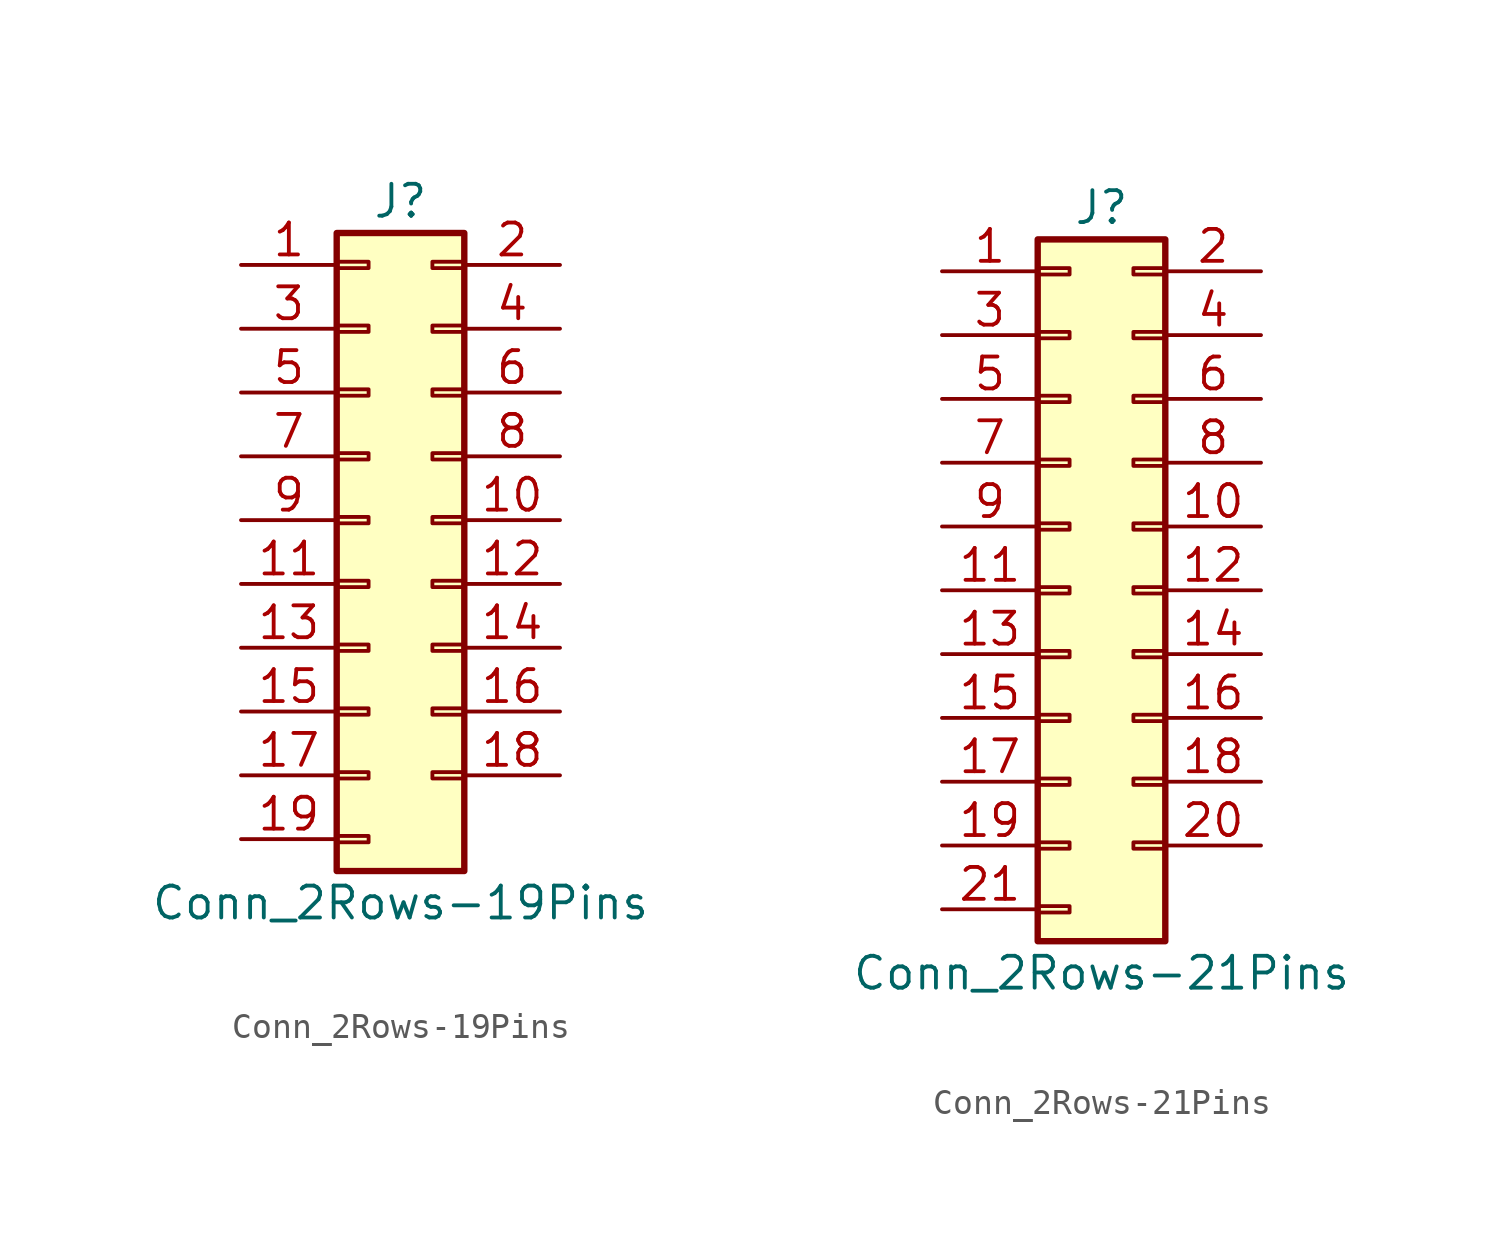
<source format=kicad_sym>
(kicad_symbol_lib
  (version 20200908)
  (generator kicad_symbol_editor)
  (symbol "Connector_Generic:Conn_2Rows-19Pins"
    (pin_names
      (offset 1.016) hide)
    (property "Reference" "J"
      (at 1.27 12.7 0)
      (effects (font (size 1.27 1.27))))
    (property "Value" "Conn_2Rows-19Pins"
      (at 1.27 -15.24 0)
      (effects (font (size 1.27 1.27))))
    (symbol "Conn_2Rows-19Pins_1_1"
      (rectangle (start -1.27 -4.953) (end 0 -5.207) (stroke (width 0.152)) (fill (type none)))
      (rectangle (start -1.27 -7.493) (end 0 -7.747) (stroke (width 0.152)) (fill (type none)))
      (rectangle (start -1.27 -10.033) (end 0 -10.287) (stroke (width 0.152)) (fill (type none)))
      (rectangle (start -1.27 -12.573) (end 0 -12.827) (stroke (width 0.152)) (fill (type none)))
      (rectangle (start -1.27 -2.413) (end 0 -2.667) (stroke (width 0.152)) (fill (type none)))
      (rectangle (start -1.27 2.667) (end 0 2.413) (stroke (width 0.152)) (fill (type none)))
      (rectangle (start -1.27 5.207) (end 0 4.953) (stroke (width 0.152)) (fill (type none)))
      (rectangle (start -1.27 7.747) (end 0 7.493) (stroke (width 0.152)) (fill (type none)))
      (rectangle (start -1.27 10.287) (end 0 10.033) (stroke (width 0.152)) (fill (type none)))
      (rectangle (start -1.27 11.43) (end 3.81 -13.97) (stroke (width 0.254)) (fill (type background)))
      (rectangle (start -1.27 0.127) (end 0 -0.127) (stroke (width 0.152)) (fill (type none)))
      (rectangle (start 3.81 -4.953) (end 2.54 -5.207) (stroke (width 0.152)) (fill (type none)))
      (rectangle (start 3.81 -7.493) (end 2.54 -7.747) (stroke (width 0.152)) (fill (type none)))
      (rectangle (start 3.81 -10.033) (end 2.54 -10.287) (stroke (width 0.152)) (fill (type none)))
      (rectangle (start 3.81 -2.413) (end 2.54 -2.667) (stroke (width 0.152)) (fill (type none)))
      (rectangle (start 3.81 2.667) (end 2.54 2.413) (stroke (width 0.152)) (fill (type none)))
      (rectangle (start 3.81 5.207) (end 2.54 4.953) (stroke (width 0.152)) (fill (type none)))
      (rectangle (start 3.81 7.747) (end 2.54 7.493) (stroke (width 0.152)) (fill (type none)))
      (rectangle (start 3.81 10.287) (end 2.54 10.033) (stroke (width 0.152)) (fill (type none)))
      (rectangle (start 3.81 0.127) (end 2.54 -0.127) (stroke (width 0.152)) (fill (type none)))
      (pin passive line (at -5.08 10.16 0) (length 3.81) (name "Pin_1" (effects (font (size 1.27 1.27)))) (number "1" (effects (font (size 1.27 1.27)))))
      (pin passive line (at 7.62 0 180) (length 3.81) (name "Pin_10" (effects (font (size 1.27 1.27)))) (number "10" (effects (font (size 1.27 1.27)))))
      (pin passive line (at -5.08 -2.54 0) (length 3.81) (name "Pin_11" (effects (font (size 1.27 1.27)))) (number "11" (effects (font (size 1.27 1.27)))))
      (pin passive line (at 7.62 -2.54 180) (length 3.81) (name "Pin_12" (effects (font (size 1.27 1.27)))) (number "12" (effects (font (size 1.27 1.27)))))
      (pin passive line (at -5.08 -5.08 0) (length 3.81) (name "Pin_13" (effects (font (size 1.27 1.27)))) (number "13" (effects (font (size 1.27 1.27)))))
      (pin passive line (at 7.62 -5.08 180) (length 3.81) (name "Pin_14" (effects (font (size 1.27 1.27)))) (number "14" (effects (font (size 1.27 1.27)))))
      (pin passive line (at -5.08 -7.62 0) (length 3.81) (name "Pin_15" (effects (font (size 1.27 1.27)))) (number "15" (effects (font (size 1.27 1.27)))))
      (pin passive line (at 7.62 -7.62 180) (length 3.81) (name "Pin_16" (effects (font (size 1.27 1.27)))) (number "16" (effects (font (size 1.27 1.27)))))
      (pin passive line (at -5.08 -10.16 0) (length 3.81) (name "Pin_17" (effects (font (size 1.27 1.27)))) (number "17" (effects (font (size 1.27 1.27)))))
      (pin passive line (at 7.62 -10.16 180) (length 3.81) (name "Pin_18" (effects (font (size 1.27 1.27)))) (number "18" (effects (font (size 1.27 1.27)))))
      (pin passive line (at -5.08 -12.7 0) (length 3.81) (name "Pin_19" (effects (font (size 1.27 1.27)))) (number "19" (effects (font (size 1.27 1.27)))))
      (pin passive line (at 7.62 10.16 180) (length 3.81) (name "Pin_2" (effects (font (size 1.27 1.27)))) (number "2" (effects (font (size 1.27 1.27)))))
      (pin passive line (at -5.08 7.62 0) (length 3.81) (name "Pin_3" (effects (font (size 1.27 1.27)))) (number "3" (effects (font (size 1.27 1.27)))))
      (pin passive line (at 7.62 7.62 180) (length 3.81) (name "Pin_4" (effects (font (size 1.27 1.27)))) (number "4" (effects (font (size 1.27 1.27)))))
      (pin passive line (at -5.08 5.08 0) (length 3.81) (name "Pin_5" (effects (font (size 1.27 1.27)))) (number "5" (effects (font (size 1.27 1.27)))))
      (pin passive line (at 7.62 5.08 180) (length 3.81) (name "Pin_6" (effects (font (size 1.27 1.27)))) (number "6" (effects (font (size 1.27 1.27)))))
      (pin passive line (at -5.08 2.54 0) (length 3.81) (name "Pin_7" (effects (font (size 1.27 1.27)))) (number "7" (effects (font (size 1.27 1.27)))))
      (pin passive line (at 7.62 2.54 180) (length 3.81) (name "Pin_8" (effects (font (size 1.27 1.27)))) (number "8" (effects (font (size 1.27 1.27)))))
      (pin passive line (at -5.08 0 0) (length 3.81) (name "Pin_9" (effects (font (size 1.27 1.27)))) (number "9" (effects (font (size 1.27 1.27)))))))
  (symbol "Connector_Generic:Conn_2Rows-21Pins"
    (pin_names
      (offset 1.016) hide)
    (property "Reference" "J"
      (at 1.27 15.24 0)
      (effects (font (size 1.27 1.27))))
    (property "Value" "Conn_2Rows-21Pins"
      (at 1.27 -15.24 0)
      (effects (font (size 1.27 1.27))))
    (symbol "Conn_2Rows-21Pins_1_1"
      (rectangle (start -1.27 -4.953) (end 0 -5.207) (stroke (width 0.152)) (fill (type none)))
      (rectangle (start -1.27 -7.493) (end 0 -7.747) (stroke (width 0.152)) (fill (type none)))
      (rectangle (start -1.27 -10.033) (end 0 -10.287) (stroke (width 0.152)) (fill (type none)))
      (rectangle (start -1.27 -12.573) (end 0 -12.827) (stroke (width 0.152)) (fill (type none)))
      (rectangle (start -1.27 -2.413) (end 0 -2.667) (stroke (width 0.152)) (fill (type none)))
      (rectangle (start -1.27 2.667) (end 0 2.413) (stroke (width 0.152)) (fill (type none)))
      (rectangle (start -1.27 5.207) (end 0 4.953) (stroke (width 0.152)) (fill (type none)))
      (rectangle (start -1.27 7.747) (end 0 7.493) (stroke (width 0.152)) (fill (type none)))
      (rectangle (start -1.27 10.287) (end 0 10.033) (stroke (width 0.152)) (fill (type none)))
      (rectangle (start -1.27 0.127) (end 0 -0.127) (stroke (width 0.152)) (fill (type none)))
      (rectangle (start -1.27 12.827) (end 0 12.573) (stroke (width 0.152)) (fill (type none)))
      (rectangle (start -1.27 13.97) (end 3.81 -13.97) (stroke (width 0.254)) (fill (type background)))
      (rectangle (start 3.81 -4.953) (end 2.54 -5.207) (stroke (width 0.152)) (fill (type none)))
      (rectangle (start 3.81 -7.493) (end 2.54 -7.747) (stroke (width 0.152)) (fill (type none)))
      (rectangle (start 3.81 -10.033) (end 2.54 -10.287) (stroke (width 0.152)) (fill (type none)))
      (rectangle (start 3.81 -2.413) (end 2.54 -2.667) (stroke (width 0.152)) (fill (type none)))
      (rectangle (start 3.81 2.667) (end 2.54 2.413) (stroke (width 0.152)) (fill (type none)))
      (rectangle (start 3.81 5.207) (end 2.54 4.953) (stroke (width 0.152)) (fill (type none)))
      (rectangle (start 3.81 7.747) (end 2.54 7.493) (stroke (width 0.152)) (fill (type none)))
      (rectangle (start 3.81 10.287) (end 2.54 10.033) (stroke (width 0.152)) (fill (type none)))
      (rectangle (start 3.81 0.127) (end 2.54 -0.127) (stroke (width 0.152)) (fill (type none)))
      (rectangle (start 3.81 12.827) (end 2.54 12.573) (stroke (width 0.152)) (fill (type none)))
      (pin passive line (at -5.08 12.7 0) (length 3.81) (name "Pin_1" (effects (font (size 1.27 1.27)))) (number "1" (effects (font (size 1.27 1.27)))))
      (pin passive line (at 7.62 2.54 180) (length 3.81) (name "Pin_10" (effects (font (size 1.27 1.27)))) (number "10" (effects (font (size 1.27 1.27)))))
      (pin passive line (at -5.08 0 0) (length 3.81) (name "Pin_11" (effects (font (size 1.27 1.27)))) (number "11" (effects (font (size 1.27 1.27)))))
      (pin passive line (at 7.62 0 180) (length 3.81) (name "Pin_12" (effects (font (size 1.27 1.27)))) (number "12" (effects (font (size 1.27 1.27)))))
      (pin passive line (at -5.08 -2.54 0) (length 3.81) (name "Pin_13" (effects (font (size 1.27 1.27)))) (number "13" (effects (font (size 1.27 1.27)))))
      (pin passive line (at 7.62 -2.54 180) (length 3.81) (name "Pin_14" (effects (font (size 1.27 1.27)))) (number "14" (effects (font (size 1.27 1.27)))))
      (pin passive line (at -5.08 -5.08 0) (length 3.81) (name "Pin_15" (effects (font (size 1.27 1.27)))) (number "15" (effects (font (size 1.27 1.27)))))
      (pin passive line (at 7.62 -5.08 180) (length 3.81) (name "Pin_16" (effects (font (size 1.27 1.27)))) (number "16" (effects (font (size 1.27 1.27)))))
      (pin passive line (at -5.08 -7.62 0) (length 3.81) (name "Pin_17" (effects (font (size 1.27 1.27)))) (number "17" (effects (font (size 1.27 1.27)))))
      (pin passive line (at 7.62 -7.62 180) (length 3.81) (name "Pin_18" (effects (font (size 1.27 1.27)))) (number "18" (effects (font (size 1.27 1.27)))))
      (pin passive line (at -5.08 -10.16 0) (length 3.81) (name "Pin_19" (effects (font (size 1.27 1.27)))) (number "19" (effects (font (size 1.27 1.27)))))
      (pin passive line (at 7.62 12.7 180) (length 3.81) (name "Pin_2" (effects (font (size 1.27 1.27)))) (number "2" (effects (font (size 1.27 1.27)))))
      (pin passive line (at 7.62 -10.16 180) (length 3.81) (name "Pin_20" (effects (font (size 1.27 1.27)))) (number "20" (effects (font (size 1.27 1.27)))))
      (pin passive line (at -5.08 -12.7 0) (length 3.81) (name "Pin_21" (effects (font (size 1.27 1.27)))) (number "21" (effects (font (size 1.27 1.27)))))
      (pin passive line (at -5.08 10.16 0) (length 3.81) (name "Pin_3" (effects (font (size 1.27 1.27)))) (number "3" (effects (font (size 1.27 1.27)))))
      (pin passive line (at 7.62 10.16 180) (length 3.81) (name "Pin_4" (effects (font (size 1.27 1.27)))) (number "4" (effects (font (size 1.27 1.27)))))
      (pin passive line (at -5.08 7.62 0) (length 3.81) (name "Pin_5" (effects (font (size 1.27 1.27)))) (number "5" (effects (font (size 1.27 1.27)))))
      (pin passive line (at 7.62 7.62 180) (length 3.81) (name "Pin_6" (effects (font (size 1.27 1.27)))) (number "6" (effects (font (size 1.27 1.27)))))
      (pin passive line (at -5.08 5.08 0) (length 3.81) (name "Pin_7" (effects (font (size 1.27 1.27)))) (number "7" (effects (font (size 1.27 1.27)))))
      (pin passive line (at 7.62 5.08 180) (length 3.81) (name "Pin_8" (effects (font (size 1.27 1.27)))) (number "8" (effects (font (size 1.27 1.27)))))
      (pin passive line (at -5.08 2.54 0) (length 3.81) (name "Pin_9" (effects (font (size 1.27 1.27)))) (number "9" (effects (font (size 1.27 1.27))))))))
</source>
